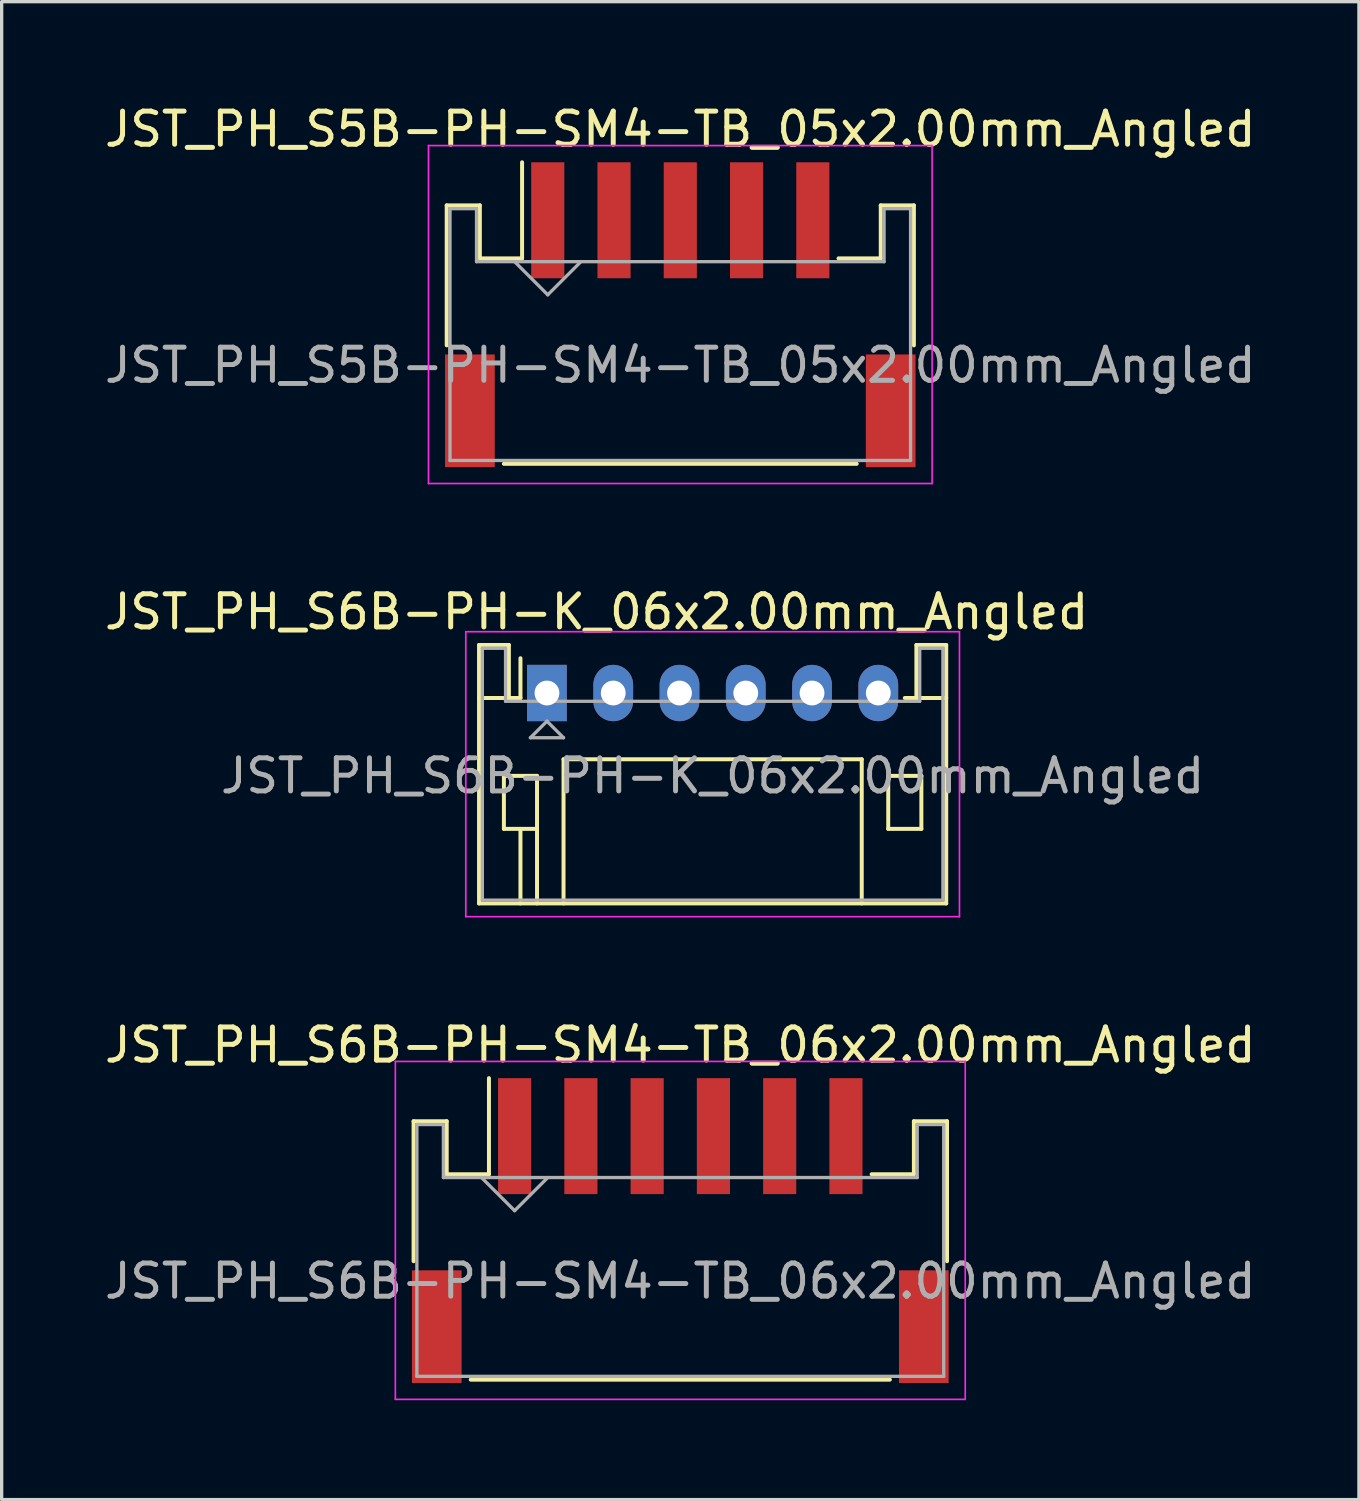
<source format=kicad_pcb>
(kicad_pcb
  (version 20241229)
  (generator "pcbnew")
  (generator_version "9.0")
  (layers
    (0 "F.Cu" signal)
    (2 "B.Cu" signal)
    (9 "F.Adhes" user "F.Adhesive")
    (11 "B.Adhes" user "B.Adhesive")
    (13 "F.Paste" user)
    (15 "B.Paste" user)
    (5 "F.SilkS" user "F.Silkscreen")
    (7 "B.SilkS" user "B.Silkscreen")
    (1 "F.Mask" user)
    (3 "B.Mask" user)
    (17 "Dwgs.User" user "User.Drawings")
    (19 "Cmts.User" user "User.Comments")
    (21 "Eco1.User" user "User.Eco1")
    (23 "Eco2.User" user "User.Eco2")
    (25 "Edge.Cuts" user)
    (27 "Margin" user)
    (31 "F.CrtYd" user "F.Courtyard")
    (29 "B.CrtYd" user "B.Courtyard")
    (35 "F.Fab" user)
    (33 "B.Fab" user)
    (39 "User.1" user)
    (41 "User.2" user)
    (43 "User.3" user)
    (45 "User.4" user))
  (footprint "JST_PH_S6B-PH-SM4-TB_06x2.00mm_Angled"
    (layer "F.Cu")
    (at 17.482 34.115)
    (property "Reference" "JST_PH_S6B-PH-SM4-TB_06x2.00mm_Angled" (at 0 -5.625 0) (layer "F.SilkS") (effects (font (size 1 1) (thickness 0.15))))
    (attr smd)
    (fp_line (start -8.05 -3.325) (end -8.05 0.9) (stroke (width 0.12) (type solid)) (layer "F.SilkS"))
    (fp_line (start -7.05 -3.325) (end -8.05 -3.325) (stroke (width 0.12) (type solid)) (layer "F.SilkS"))
    (fp_line (start -7.05 -1.725) (end -7.05 -3.325) (stroke (width 0.12) (type solid)) (layer "F.SilkS"))
    (fp_line (start -6.325 4.475) (end 6.325 4.475) (stroke (width 0.12) (type solid)) (layer "F.SilkS"))
    (fp_line (start -5.775 -1.725) (end -7.05 -1.725) (stroke (width 0.12) (type solid)) (layer "F.SilkS"))
    (fp_line (start -5.775 -1.725) (end -5.775 -4.625) (stroke (width 0.12) (type solid)) (layer "F.SilkS"))
    (fp_line (start 7.05 -3.325) (end 7.05 -1.725) (stroke (width 0.12) (type solid)) (layer "F.SilkS"))
    (fp_line (start 7.05 -1.725) (end 5.775 -1.725) (stroke (width 0.12) (type solid)) (layer "F.SilkS"))
    (fp_line (start 8.05 -3.325) (end 7.05 -3.325) (stroke (width 0.12) (type solid)) (layer "F.SilkS"))
    (fp_line (start 8.05 0.9) (end 8.05 -3.325) (stroke (width 0.12) (type solid)) (layer "F.SilkS"))
    (fp_line (start -8.6 -5.13) (end -8.6 5.07) (stroke (width 0.05) (type solid)) (layer "F.CrtYd"))
    (fp_line (start -8.6 5.07) (end 8.6 5.07) (stroke (width 0.05) (type solid)) (layer "F.CrtYd"))
    (fp_line (start 8.6 -5.13) (end -8.6 -5.13) (stroke (width 0.05) (type solid)) (layer "F.CrtYd"))
    (fp_line (start 8.6 5.07) (end 8.6 -5.13) (stroke (width 0.05) (type solid)) (layer "F.CrtYd"))
    (fp_line (start -7.95 -3.225) (end -7.95 4.375) (stroke (width 0.1) (type solid)) (layer "F.Fab"))
    (fp_line (start -7.95 4.375) (end 7.95 4.375) (stroke (width 0.1) (type solid)) (layer "F.Fab"))
    (fp_line (start -7.15 -3.225) (end -7.95 -3.225) (stroke (width 0.1) (type solid)) (layer "F.Fab"))
    (fp_line (start -7.15 -1.625) (end -7.15 -3.225) (stroke (width 0.1) (type solid)) (layer "F.Fab"))
    (fp_line (start -6 -1.625) (end -5 -0.625) (stroke (width 0.1) (type solid)) (layer "F.Fab"))
    (fp_line (start -5 -0.625) (end -4 -1.625) (stroke (width 0.1) (type solid)) (layer "F.Fab"))
    (fp_line (start 7.15 -3.225) (end 7.15 -1.625) (stroke (width 0.1) (type solid)) (layer "F.Fab"))
    (fp_line (start 7.15 -1.625) (end -7.15 -1.625) (stroke (width 0.1) (type solid)) (layer "F.Fab"))
    (fp_line (start 7.95 -3.225) (end 7.15 -3.225) (stroke (width 0.1) (type solid)) (layer "F.Fab"))
    (fp_line (start 7.95 4.375) (end 7.95 -3.225) (stroke (width 0.1) (type solid)) (layer "F.Fab"))
    (fp_text user "${REFERENCE}" (at 0 1.5 0) (layer "F.Fab") (effects (font (size 1 1) (thickness 0.15))))
    (pad "" smd rect (at -7.35 2.875) (size 1.5 3.4) (layers "F.Cu" "F.Mask" "F.Paste"))
    (pad "" smd rect (at 7.35 2.875) (size 1.5 3.4) (layers "F.Cu" "F.Mask" "F.Paste"))
    (pad "1" smd rect (at -5 -2.875) (size 1 3.5) (layers "F.Cu" "F.Mask" "F.Paste"))
    (pad "2" smd rect (at -3 -2.875) (size 1 3.5) (layers "F.Cu" "F.Mask" "F.Paste"))
    (pad "3" smd rect (at -1 -2.875) (size 1 3.5) (layers "F.Cu" "F.Mask" "F.Paste"))
    (pad "4" smd rect (at 1 -2.875) (size 1 3.5) (layers "F.Cu" "F.Mask" "F.Paste"))
    (pad "5" smd rect (at 3 -2.875) (size 1 3.5) (layers "F.Cu" "F.Mask" "F.Paste"))
    (pad "6" smd rect (at 5 -2.875) (size 1 3.5) (layers "F.Cu" "F.Mask" "F.Paste")))
  (footprint "JST_PH_S6B-PH-K_06x2.00mm_Angled"
    (layer "F.Cu")
    (at 13.458 17.866)
    (property "Reference" "JST_PH_S6B-PH-K_06x2.00mm_Angled" (at 1.5 -2.45 0) (layer "F.SilkS") (effects (font (size 1 1) (thickness 0.15))))
    (attr through_hole)
    (fp_line (start -2.05 -1.45) (end -2.05 6.35) (stroke (width 0.12) (type solid)) (layer "F.SilkS"))
    (fp_line (start -2.05 0.15) (end -1.15 0.15) (stroke (width 0.12) (type solid)) (layer "F.SilkS"))
    (fp_line (start -2.05 6.35) (end 12.05 6.35) (stroke (width 0.12) (type solid)) (layer "F.SilkS"))
    (fp_line (start -1.3 2.5) (end -1.3 4.1) (stroke (width 0.12) (type solid)) (layer "F.SilkS"))
    (fp_line (start -1.3 4.1) (end -0.3 4.1) (stroke (width 0.12) (type solid)) (layer "F.SilkS"))
    (fp_line (start -1.15 -1.45) (end -2.05 -1.45) (stroke (width 0.12) (type solid)) (layer "F.SilkS"))
    (fp_line (start -1.15 0.15) (end -1.15 -1.45) (stroke (width 0.12) (type solid)) (layer "F.SilkS"))
    (fp_line (start -0.8 0.15) (end -1.15 0.15) (stroke (width 0.12) (type solid)) (layer "F.SilkS"))
    (fp_line (start -0.8 0.15) (end -0.8 -1.05) (stroke (width 0.12) (type solid)) (layer "F.SilkS"))
    (fp_line (start -0.8 4.1) (end -0.8 6.35) (stroke (width 0.12) (type solid)) (layer "F.SilkS"))
    (fp_line (start -0.3 2.5) (end -1.3 2.5) (stroke (width 0.12) (type solid)) (layer "F.SilkS"))
    (fp_line (start -0.3 4.1) (end -0.3 2.5) (stroke (width 0.12) (type solid)) (layer "F.SilkS"))
    (fp_line (start -0.3 4.1) (end -0.3 6.35) (stroke (width 0.12) (type solid)) (layer "F.SilkS"))
    (fp_line (start 0.5 2) (end 9.5 2) (stroke (width 0.12) (type solid)) (layer "F.SilkS"))
    (fp_line (start 0.5 6.35) (end 0.5 2) (stroke (width 0.12) (type solid)) (layer "F.SilkS"))
    (fp_line (start 9.5 2) (end 9.5 6.35) (stroke (width 0.12) (type solid)) (layer "F.SilkS"))
    (fp_line (start 10.3 2.5) (end 11.3 2.5) (stroke (width 0.12) (type solid)) (layer "F.SilkS"))
    (fp_line (start 10.3 4.1) (end 10.3 2.5) (stroke (width 0.12) (type solid)) (layer "F.SilkS"))
    (fp_line (start 11.15 -1.45) (end 11.15 0.15) (stroke (width 0.12) (type solid)) (layer "F.SilkS"))
    (fp_line (start 11.15 0.15) (end 10.8 0.15) (stroke (width 0.12) (type solid)) (layer "F.SilkS"))
    (fp_line (start 11.3 2.5) (end 11.3 4.1) (stroke (width 0.12) (type solid)) (layer "F.SilkS"))
    (fp_line (start 11.3 4.1) (end 10.3 4.1) (stroke (width 0.12) (type solid)) (layer "F.SilkS"))
    (fp_line (start 12.05 -1.45) (end 11.15 -1.45) (stroke (width 0.12) (type solid)) (layer "F.SilkS"))
    (fp_line (start 12.05 0.15) (end 11.15 0.15) (stroke (width 0.12) (type solid)) (layer "F.SilkS"))
    (fp_line (start 12.05 6.35) (end 12.05 -1.45) (stroke (width 0.12) (type solid)) (layer "F.SilkS"))
    (fp_line (start -2.45 -1.85) (end -2.45 6.75) (stroke (width 0.05) (type solid)) (layer "F.CrtYd"))
    (fp_line (start -2.45 6.75) (end 12.45 6.75) (stroke (width 0.05) (type solid)) (layer "F.CrtYd"))
    (fp_line (start 12.45 -1.85) (end -2.45 -1.85) (stroke (width 0.05) (type solid)) (layer "F.CrtYd"))
    (fp_line (start 12.45 6.75) (end 12.45 -1.85) (stroke (width 0.05) (type solid)) (layer "F.CrtYd"))
    (fp_line (start -1.95 -1.35) (end -1.95 6.25) (stroke (width 0.1) (type solid)) (layer "F.Fab"))
    (fp_line (start -1.95 6.25) (end 11.95 6.25) (stroke (width 0.1) (type solid)) (layer "F.Fab"))
    (fp_line (start -1.25 -1.35) (end -1.95 -1.35) (stroke (width 0.1) (type solid)) (layer "F.Fab"))
    (fp_line (start -1.25 0.25) (end -1.25 -1.35) (stroke (width 0.1) (type solid)) (layer "F.Fab"))
    (fp_line (start -0.5 1.35) (end 0.5 1.35) (stroke (width 0.1) (type solid)) (layer "F.Fab"))
    (fp_line (start 0 0.85) (end -0.5 1.35) (stroke (width 0.1) (type solid)) (layer "F.Fab"))
    (fp_line (start 0.5 1.35) (end 0 0.85) (stroke (width 0.1) (type solid)) (layer "F.Fab"))
    (fp_line (start 11.25 -1.35) (end 11.25 0.25) (stroke (width 0.1) (type solid)) (layer "F.Fab"))
    (fp_line (start 11.25 0.25) (end -1.25 0.25) (stroke (width 0.1) (type solid)) (layer "F.Fab"))
    (fp_line (start 11.95 -1.35) (end 11.25 -1.35) (stroke (width 0.1) (type solid)) (layer "F.Fab"))
    (fp_line (start 11.95 6.25) (end 11.95 -1.35) (stroke (width 0.1) (type solid)) (layer "F.Fab"))
    (fp_text user "${REFERENCE}" (at 5 2.5 0) (layer "F.Fab") (effects (font (size 1 1) (thickness 0.15))))
    (pad "1" thru_hole rect (at 0 0) (size 1.2 1.7) (drill 0.75) (layers "*.Cu" "*.Mask"))
    (pad "2" thru_hole oval (at 2 0) (size 1.2 1.7) (drill 0.75) (layers "*.Cu" "*.Mask"))
    (pad "3" thru_hole oval (at 4 0) (size 1.2 1.7) (drill 0.75) (layers "*.Cu" "*.Mask"))
    (pad "4" thru_hole oval (at 6 0) (size 1.2 1.7) (drill 0.75) (layers "*.Cu" "*.Mask"))
    (pad "5" thru_hole oval (at 8 0) (size 1.2 1.7) (drill 0.75) (layers "*.Cu" "*.Mask"))
    (pad "6" thru_hole oval (at 10 0) (size 1.2 1.7) (drill 0.75) (layers "*.Cu" "*.Mask")))
  (footprint "JST_PH_S5B-PH-SM4-TB_05x2.00mm_Angled"
    (layer "F.Cu")
    (at 17.482 6.473)
    (property "Reference" "JST_PH_S5B-PH-SM4-TB_05x2.00mm_Angled" (at 0 -5.625 0) (layer "F.SilkS") (effects (font (size 1 1) (thickness 0.15))))
    (attr smd)
    (fp_line (start -7.05 -3.325) (end -7.05 0.9) (stroke (width 0.12) (type solid)) (layer "F.SilkS"))
    (fp_line (start -6.05 -3.325) (end -7.05 -3.325) (stroke (width 0.12) (type solid)) (layer "F.SilkS"))
    (fp_line (start -6.05 -1.725) (end -6.05 -3.325) (stroke (width 0.12) (type solid)) (layer "F.SilkS"))
    (fp_line (start -5.325 4.475) (end 5.325 4.475) (stroke (width 0.12) (type solid)) (layer "F.SilkS"))
    (fp_line (start -4.775 -1.725) (end -6.05 -1.725) (stroke (width 0.12) (type solid)) (layer "F.SilkS"))
    (fp_line (start -4.775 -1.725) (end -4.775 -4.625) (stroke (width 0.12) (type solid)) (layer "F.SilkS"))
    (fp_line (start 6.05 -3.325) (end 6.05 -1.725) (stroke (width 0.12) (type solid)) (layer "F.SilkS"))
    (fp_line (start 6.05 -1.725) (end 4.775 -1.725) (stroke (width 0.12) (type solid)) (layer "F.SilkS"))
    (fp_line (start 7.05 -3.325) (end 6.05 -3.325) (stroke (width 0.12) (type solid)) (layer "F.SilkS"))
    (fp_line (start 7.05 0.9) (end 7.05 -3.325) (stroke (width 0.12) (type solid)) (layer "F.SilkS"))
    (fp_line (start -7.6 -5.13) (end -7.6 5.07) (stroke (width 0.05) (type solid)) (layer "F.CrtYd"))
    (fp_line (start -7.6 5.07) (end 7.6 5.07) (stroke (width 0.05) (type solid)) (layer "F.CrtYd"))
    (fp_line (start 7.6 -5.13) (end -7.6 -5.13) (stroke (width 0.05) (type solid)) (layer "F.CrtYd"))
    (fp_line (start 7.6 5.07) (end 7.6 -5.13) (stroke (width 0.05) (type solid)) (layer "F.CrtYd"))
    (fp_line (start -6.95 -3.225) (end -6.95 4.375) (stroke (width 0.1) (type solid)) (layer "F.Fab"))
    (fp_line (start -6.95 4.375) (end 6.95 4.375) (stroke (width 0.1) (type solid)) (layer "F.Fab"))
    (fp_line (start -6.15 -3.225) (end -6.95 -3.225) (stroke (width 0.1) (type solid)) (layer "F.Fab"))
    (fp_line (start -6.15 -1.625) (end -6.15 -3.225) (stroke (width 0.1) (type solid)) (layer "F.Fab"))
    (fp_line (start -5 -1.625) (end -4 -0.625) (stroke (width 0.1) (type solid)) (layer "F.Fab"))
    (fp_line (start -4 -0.625) (end -3 -1.625) (stroke (width 0.1) (type solid)) (layer "F.Fab"))
    (fp_line (start 6.15 -3.225) (end 6.15 -1.625) (stroke (width 0.1) (type solid)) (layer "F.Fab"))
    (fp_line (start 6.15 -1.625) (end -6.15 -1.625) (stroke (width 0.1) (type solid)) (layer "F.Fab"))
    (fp_line (start 6.95 -3.225) (end 6.15 -3.225) (stroke (width 0.1) (type solid)) (layer "F.Fab"))
    (fp_line (start 6.95 4.375) (end 6.95 -3.225) (stroke (width 0.1) (type solid)) (layer "F.Fab"))
    (fp_text user "${REFERENCE}" (at 0 1.5 0) (layer "F.Fab") (effects (font (size 1 1) (thickness 0.15))))
    (pad "" smd rect (at -6.35 2.875) (size 1.5 3.4) (layers "F.Cu" "F.Mask" "F.Paste"))
    (pad "" smd rect (at 6.35 2.875) (size 1.5 3.4) (layers "F.Cu" "F.Mask" "F.Paste"))
    (pad "1" smd rect (at -4 -2.875) (size 1 3.5) (layers "F.Cu" "F.Mask" "F.Paste"))
    (pad "2" smd rect (at -2 -2.875) (size 1 3.5) (layers "F.Cu" "F.Mask" "F.Paste"))
    (pad "3" smd rect (at 0 -2.875) (size 1 3.5) (layers "F.Cu" "F.Mask" "F.Paste"))
    (pad "4" smd rect (at 2 -2.875) (size 1 3.5) (layers "F.Cu" "F.Mask" "F.Paste"))
    (pad "5" smd rect (at 4 -2.875) (size 1 3.5) (layers "F.Cu" "F.Mask" "F.Paste")))
  (gr_rect
    (start -3 -3)
    (end 37.964 42.21)
    (stroke (width 0.1) (type default))
    (fill no)
    (layer "Edge.Cuts")))
</source>
